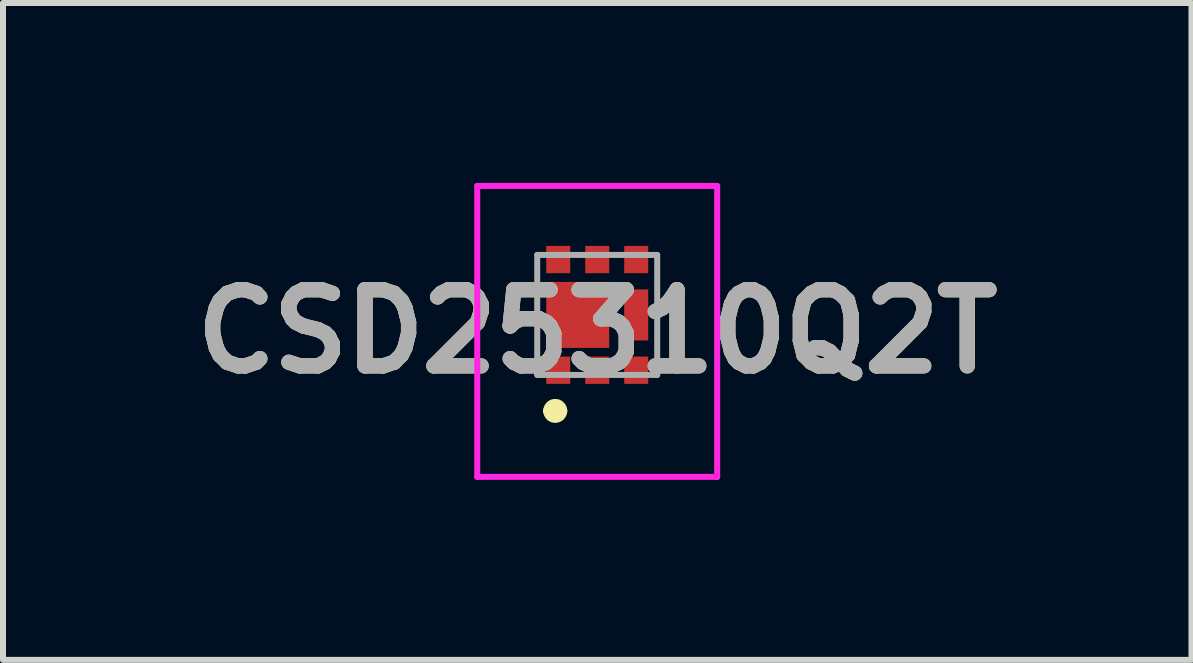
<source format=kicad_pcb>
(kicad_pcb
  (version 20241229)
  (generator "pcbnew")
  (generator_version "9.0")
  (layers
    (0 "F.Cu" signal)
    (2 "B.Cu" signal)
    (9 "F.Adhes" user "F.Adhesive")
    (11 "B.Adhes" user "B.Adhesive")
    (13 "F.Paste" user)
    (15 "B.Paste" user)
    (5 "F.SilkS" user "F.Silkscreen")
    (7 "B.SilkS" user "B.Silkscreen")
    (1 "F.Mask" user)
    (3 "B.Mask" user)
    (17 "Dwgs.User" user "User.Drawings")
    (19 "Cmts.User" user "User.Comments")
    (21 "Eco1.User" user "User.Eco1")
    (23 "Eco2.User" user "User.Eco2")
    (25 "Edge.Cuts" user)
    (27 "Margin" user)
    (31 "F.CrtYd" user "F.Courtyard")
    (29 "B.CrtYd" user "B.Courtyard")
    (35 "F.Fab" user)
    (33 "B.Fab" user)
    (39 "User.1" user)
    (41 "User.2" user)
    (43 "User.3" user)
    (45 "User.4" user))
  (footprint "CSD25310Q2T"
    (layer "F.Cu")
    (at 6.906 2.2)
    (property "Reference" "CSD25310Q2T" (at 0 0.275 0) (layer "F.SilkS") (effects (font (size 1.27 1.27) (thickness 0.254))))
    (attr smd)
    (fp_line (start -0.8 1.6) (end -0.8 1.6) (stroke (width 0.2) (type solid)) (layer "F.SilkS"))
    (fp_line (start -0.6 1.6) (end -0.6 1.6) (stroke (width 0.2) (type solid)) (layer "F.SilkS"))
    (fp_arc (start -0.8 1.6) (mid -0.7 1.5) (end -0.6 1.6) (stroke (width 0.2) (type solid)) (layer "F.SilkS"))
    (fp_arc (start -0.6 1.6) (mid -0.7 1.7) (end -0.8 1.6) (stroke (width 0.2) (type solid)) (layer "F.SilkS"))
    (fp_line (start -2 -2.15) (end 2 -2.15) (stroke (width 0.1) (type solid)) (layer "F.CrtYd"))
    (fp_line (start -2 2.7) (end -2 -2.15) (stroke (width 0.1) (type solid)) (layer "F.CrtYd"))
    (fp_line (start 2 -2.15) (end 2 2.7) (stroke (width 0.1) (type solid)) (layer "F.CrtYd"))
    (fp_line (start 2 2.7) (end -2 2.7) (stroke (width 0.1) (type solid)) (layer "F.CrtYd"))
    (fp_line (start -1 -1) (end 1 -1) (stroke (width 0.1) (type solid)) (layer "F.Fab"))
    (fp_line (start -1 1) (end -1 -1) (stroke (width 0.1) (type solid)) (layer "F.Fab"))
    (fp_line (start 1 -1) (end 1 1) (stroke (width 0.1) (type solid)) (layer "F.Fab"))
    (fp_line (start 1 1) (end -1 1) (stroke (width 0.1) (type solid)) (layer "F.Fab"))
    (fp_text user "${REFERENCE}" (at 0 0.275 0) (layer "F.Fab") (effects (font (size 1.27 1.27) (thickness 0.254))))
    (pad "1" smd rect (at -0.65 0.922) (size 0.4 0.455) (layers "F.Cu" "F.Mask" "F.Paste"))
    (pad "2" smd rect (at 0 0.922) (size 0.4 0.455) (layers "F.Cu" "F.Mask" "F.Paste"))
    (pad "3" smd rect (at 0.65 0.922) (size 0.4 0.455) (layers "F.Cu" "F.Mask" "F.Paste"))
    (pad "4" smd rect (at 0.65 -0.923) (size 0.4 0.455) (layers "F.Cu" "F.Mask" "F.Paste"))
    (pad "5" smd rect (at 0 -0.923) (size 0.4 0.455) (layers "F.Cu" "F.Mask" "F.Paste"))
    (pad "6" smd rect (at -0.65 -0.923) (size 0.4 0.455) (layers "F.Cu" "F.Mask" "F.Paste"))
    (pad "7" smd rect (at -0.325 0) (size 1.05 1.1) (layers "F.Cu" "F.Mask" "F.Paste"))
    (pad "8" smd rect (at 0.65 0) (size 0.4 0.85) (layers "F.Cu" "F.Mask" "F.Paste")))
  (gr_rect
    (start -3 -3)
    (end 16.813 7.95)
    (stroke (width 0.1) (type default))
    (fill no)
    (layer "Edge.Cuts")))
</source>
